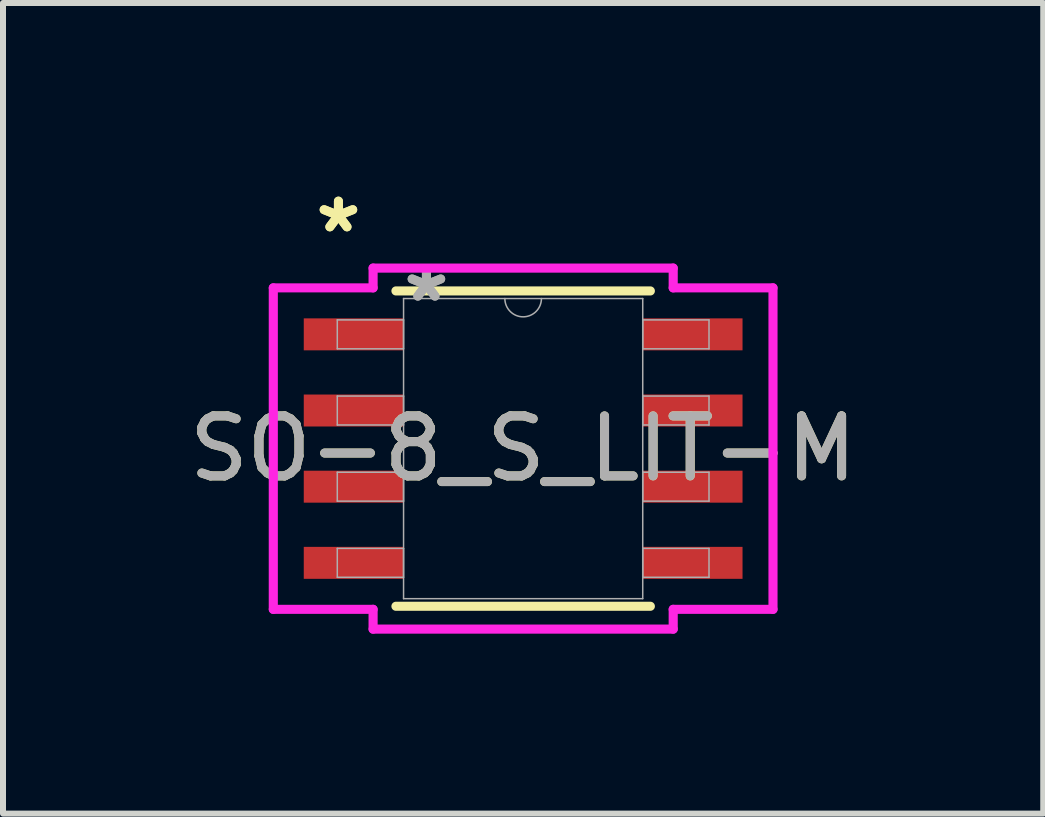
<source format=kicad_pcb>
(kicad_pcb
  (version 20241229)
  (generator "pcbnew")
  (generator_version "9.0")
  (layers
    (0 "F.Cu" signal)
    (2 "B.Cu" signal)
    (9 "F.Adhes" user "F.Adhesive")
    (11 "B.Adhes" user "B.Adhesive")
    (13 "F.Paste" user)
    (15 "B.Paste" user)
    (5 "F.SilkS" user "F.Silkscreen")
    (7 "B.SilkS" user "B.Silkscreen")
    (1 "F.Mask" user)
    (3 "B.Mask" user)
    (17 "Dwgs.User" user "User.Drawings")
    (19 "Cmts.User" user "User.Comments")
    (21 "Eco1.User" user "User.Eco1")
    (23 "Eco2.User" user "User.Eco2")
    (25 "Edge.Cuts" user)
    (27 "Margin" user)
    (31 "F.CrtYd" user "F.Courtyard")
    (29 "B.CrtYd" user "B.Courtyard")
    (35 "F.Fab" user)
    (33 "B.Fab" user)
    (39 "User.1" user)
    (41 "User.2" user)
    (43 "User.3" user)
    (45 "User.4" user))
  (footprint "SO-8_S_LIT-M"
    (layer "F.Cu")
    (at 5.673 4.43)
    (property "Reference" "SO-8_S_LIT-M" (at 0 0 0) (unlocked yes) (layer "F.SilkS") (effects (font (size 1 1) (thickness 0.15))))
    (attr smd)
    (fp_line (start -2.121 2.629) (end 2.121 2.629) (stroke (width 0.152) (type solid)) (layer "F.SilkS"))
    (fp_line (start 2.121 -2.629) (end -2.121 -2.629) (stroke (width 0.152) (type solid)) (layer "F.SilkS"))
    (fp_line (start -4.166 -2.68) (end -2.502 -2.68) (stroke (width 0.152) (type solid)) (layer "F.CrtYd"))
    (fp_line (start -4.166 2.68) (end -4.166 -2.68) (stroke (width 0.152) (type solid)) (layer "F.CrtYd"))
    (fp_line (start -4.166 2.68) (end -2.502 2.68) (stroke (width 0.152) (type solid)) (layer "F.CrtYd"))
    (fp_line (start -2.502 -3.01) (end 2.502 -3.01) (stroke (width 0.152) (type solid)) (layer "F.CrtYd"))
    (fp_line (start -2.502 -2.68) (end -2.502 -3.01) (stroke (width 0.152) (type solid)) (layer "F.CrtYd"))
    (fp_line (start -2.502 3.01) (end -2.502 2.68) (stroke (width 0.152) (type solid)) (layer "F.CrtYd"))
    (fp_line (start 2.502 -3.01) (end 2.502 -2.68) (stroke (width 0.152) (type solid)) (layer "F.CrtYd"))
    (fp_line (start 2.502 2.68) (end 2.502 3.01) (stroke (width 0.152) (type solid)) (layer "F.CrtYd"))
    (fp_line (start 2.502 3.01) (end -2.502 3.01) (stroke (width 0.152) (type solid)) (layer "F.CrtYd"))
    (fp_line (start 4.166 -2.68) (end 2.502 -2.68) (stroke (width 0.152) (type solid)) (layer "F.CrtYd"))
    (fp_line (start 4.166 -2.68) (end 4.166 2.68) (stroke (width 0.152) (type solid)) (layer "F.CrtYd"))
    (fp_line (start 4.166 2.68) (end 2.502 2.68) (stroke (width 0.152) (type solid)) (layer "F.CrtYd"))
    (fp_line (start -3.099 -2.146) (end -3.099 -1.664) (stroke (width 0.025) (type solid)) (layer "F.Fab"))
    (fp_line (start -3.099 -1.664) (end -1.994 -1.664) (stroke (width 0.025) (type solid)) (layer "F.Fab"))
    (fp_line (start -3.099 -0.876) (end -3.099 -0.394) (stroke (width 0.025) (type solid)) (layer "F.Fab"))
    (fp_line (start -3.099 -0.394) (end -1.994 -0.394) (stroke (width 0.025) (type solid)) (layer "F.Fab"))
    (fp_line (start -3.099 0.394) (end -3.099 0.876) (stroke (width 0.025) (type solid)) (layer "F.Fab"))
    (fp_line (start -3.099 0.876) (end -1.994 0.876) (stroke (width 0.025) (type solid)) (layer "F.Fab"))
    (fp_line (start -3.099 1.664) (end -3.099 2.146) (stroke (width 0.025) (type solid)) (layer "F.Fab"))
    (fp_line (start -3.099 2.146) (end -1.994 2.146) (stroke (width 0.025) (type solid)) (layer "F.Fab"))
    (fp_line (start -1.994 -2.502) (end -1.994 2.502) (stroke (width 0.025) (type solid)) (layer "F.Fab"))
    (fp_line (start -1.994 -2.146) (end -3.099 -2.146) (stroke (width 0.025) (type solid)) (layer "F.Fab"))
    (fp_line (start -1.994 -1.664) (end -1.994 -2.146) (stroke (width 0.025) (type solid)) (layer "F.Fab"))
    (fp_line (start -1.994 -0.876) (end -3.099 -0.876) (stroke (width 0.025) (type solid)) (layer "F.Fab"))
    (fp_line (start -1.994 -0.394) (end -1.994 -0.876) (stroke (width 0.025) (type solid)) (layer "F.Fab"))
    (fp_line (start -1.994 0.394) (end -3.099 0.394) (stroke (width 0.025) (type solid)) (layer "F.Fab"))
    (fp_line (start -1.994 0.876) (end -1.994 0.394) (stroke (width 0.025) (type solid)) (layer "F.Fab"))
    (fp_line (start -1.994 1.664) (end -3.099 1.664) (stroke (width 0.025) (type solid)) (layer "F.Fab"))
    (fp_line (start -1.994 2.146) (end -1.994 1.664) (stroke (width 0.025) (type solid)) (layer "F.Fab"))
    (fp_line (start -1.994 2.502) (end 1.994 2.502) (stroke (width 0.025) (type solid)) (layer "F.Fab"))
    (fp_line (start 1.994 -2.502) (end -1.994 -2.502) (stroke (width 0.025) (type solid)) (layer "F.Fab"))
    (fp_line (start 1.994 -2.146) (end 1.994 -1.664) (stroke (width 0.025) (type solid)) (layer "F.Fab"))
    (fp_line (start 1.994 -1.664) (end 3.099 -1.664) (stroke (width 0.025) (type solid)) (layer "F.Fab"))
    (fp_line (start 1.994 -0.876) (end 1.994 -0.394) (stroke (width 0.025) (type solid)) (layer "F.Fab"))
    (fp_line (start 1.994 -0.394) (end 3.099 -0.394) (stroke (width 0.025) (type solid)) (layer "F.Fab"))
    (fp_line (start 1.994 0.394) (end 1.994 0.876) (stroke (width 0.025) (type solid)) (layer "F.Fab"))
    (fp_line (start 1.994 0.876) (end 3.099 0.876) (stroke (width 0.025) (type solid)) (layer "F.Fab"))
    (fp_line (start 1.994 1.664) (end 1.994 2.146) (stroke (width 0.025) (type solid)) (layer "F.Fab"))
    (fp_line (start 1.994 2.146) (end 3.099 2.146) (stroke (width 0.025) (type solid)) (layer "F.Fab"))
    (fp_line (start 1.994 2.502) (end 1.994 -2.502) (stroke (width 0.025) (type solid)) (layer "F.Fab"))
    (fp_line (start 3.099 -2.146) (end 1.994 -2.146) (stroke (width 0.025) (type solid)) (layer "F.Fab"))
    (fp_line (start 3.099 -1.664) (end 3.099 -2.146) (stroke (width 0.025) (type solid)) (layer "F.Fab"))
    (fp_line (start 3.099 -0.876) (end 1.994 -0.876) (stroke (width 0.025) (type solid)) (layer "F.Fab"))
    (fp_line (start 3.099 -0.394) (end 3.099 -0.876) (stroke (width 0.025) (type solid)) (layer "F.Fab"))
    (fp_line (start 3.099 0.394) (end 1.994 0.394) (stroke (width 0.025) (type solid)) (layer "F.Fab"))
    (fp_line (start 3.099 0.876) (end 3.099 0.394) (stroke (width 0.025) (type solid)) (layer "F.Fab"))
    (fp_line (start 3.099 1.664) (end 1.994 1.664) (stroke (width 0.025) (type solid)) (layer "F.Fab"))
    (fp_line (start 3.099 2.146) (end 3.099 1.664) (stroke (width 0.025) (type solid)) (layer "F.Fab"))
    (fp_arc (start 0.3048 -2.5019) (mid 0 -2.1971) (end -0.3048 -2.5019) (stroke (width 0.0254) (type solid)) (layer "F.Fab"))
    (fp_text user "*" (at -3.08 -3.581 0) (layer "F.SilkS") (effects (font (size 1 1) (thickness 0.15))))
    (fp_text user "*" (at -3.08 -3.581 0) (unlocked yes) (layer "F.SilkS") (effects (font (size 1 1) (thickness 0.15))))
    (fp_text user "${REFERENCE}" (at 0 0 0) (unlocked yes) (layer "F.Fab") (effects (font (size 1 1) (thickness 0.15))))
    (fp_text user "*" (at -1.613 -2.426 0) (layer "F.Fab") (effects (font (size 1 1) (thickness 0.15))))
    (fp_text user "*" (at -1.613 -2.426 0) (unlocked yes) (layer "F.Fab") (effects (font (size 1 1) (thickness 0.15))))
    (pad "1" smd rect (at -2.826 -1.905) (size 1.664 0.533) (layers "F.Cu" "F.Mask" "F.Paste"))
    (pad "2" smd rect (at -2.826 -0.635) (size 1.664 0.533) (layers "F.Cu" "F.Mask" "F.Paste"))
    (pad "3" smd rect (at -2.826 0.635) (size 1.664 0.533) (layers "F.Cu" "F.Mask" "F.Paste"))
    (pad "4" smd rect (at -2.826 1.905) (size 1.664 0.533) (layers "F.Cu" "F.Mask" "F.Paste"))
    (pad "5" smd rect (at 2.826 1.905) (size 1.664 0.533) (layers "F.Cu" "F.Mask" "F.Paste"))
    (pad "6" smd rect (at 2.826 0.635) (size 1.664 0.533) (layers "F.Cu" "F.Mask" "F.Paste"))
    (pad "7" smd rect (at 2.826 -0.635) (size 1.664 0.533) (layers "F.Cu" "F.Mask" "F.Paste"))
    (pad "8" smd rect (at 2.826 -1.905) (size 1.664 0.533) (layers "F.Cu" "F.Mask" "F.Paste")))
  (gr_rect
    (start -3 -3)
    (end 14.345 10.516)
    (stroke (width 0.1) (type default))
    (fill no)
    (layer "Edge.Cuts")))
</source>
